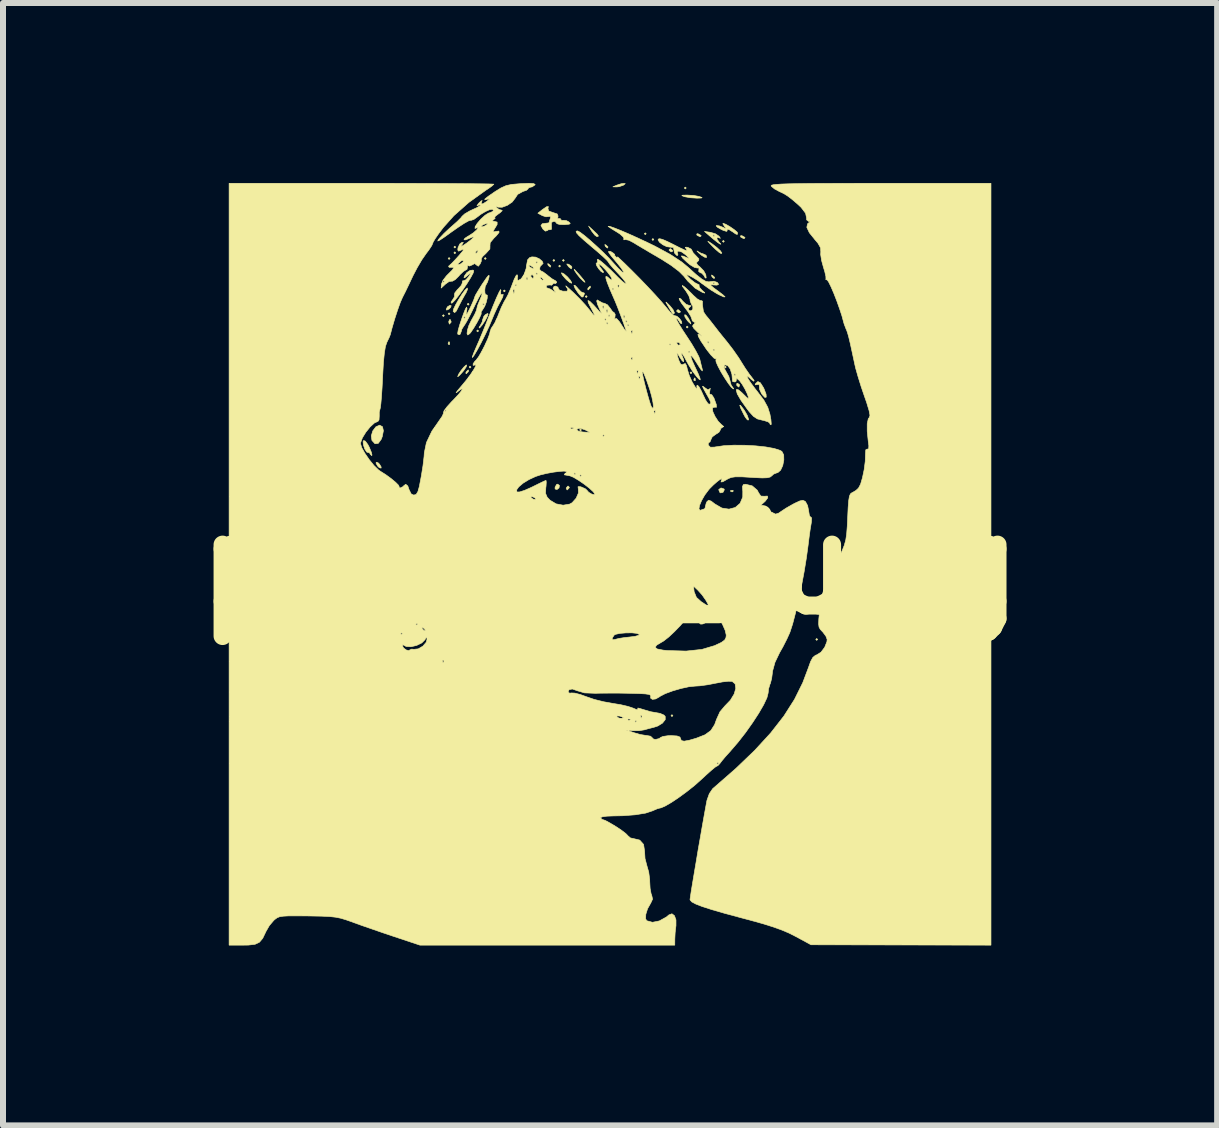
<source format=kicad_pcb>
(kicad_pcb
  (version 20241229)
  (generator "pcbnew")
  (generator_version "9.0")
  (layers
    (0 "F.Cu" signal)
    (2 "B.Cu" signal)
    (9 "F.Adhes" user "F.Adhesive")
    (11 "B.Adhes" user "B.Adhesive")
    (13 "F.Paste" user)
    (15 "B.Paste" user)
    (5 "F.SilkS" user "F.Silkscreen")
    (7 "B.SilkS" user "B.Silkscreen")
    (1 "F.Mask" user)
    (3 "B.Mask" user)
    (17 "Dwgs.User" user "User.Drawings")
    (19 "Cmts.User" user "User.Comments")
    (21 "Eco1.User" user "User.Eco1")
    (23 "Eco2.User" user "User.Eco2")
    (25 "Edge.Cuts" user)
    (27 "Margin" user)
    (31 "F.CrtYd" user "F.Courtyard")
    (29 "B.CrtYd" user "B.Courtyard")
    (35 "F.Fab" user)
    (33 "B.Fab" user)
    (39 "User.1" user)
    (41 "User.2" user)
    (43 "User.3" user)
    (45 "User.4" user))
  (footprint "pascal_fung"
    (layer "F.Cu")
    (at 7.119 6.355)
    (property "Reference" "pascal_fung" (at 0 0 0) (layer "F.SilkS") (effects (font (size 1.524 1.524) (thickness 0.3))))
    (attr through_hole)
    (fp_poly (pts (xy -2.762 -4.143) (xy -2.778 -4.128) (xy -2.794 -4.143) (xy -2.778 -4.159) (xy -2.762 -4.143)) (stroke (width 0.01) (type solid)) (fill yes) (layer "F.SilkS"))
    (fp_poly (pts (xy -2.667 -5.096) (xy -2.683 -5.08) (xy -2.699 -5.096) (xy -2.683 -5.112) (xy -2.667 -5.096)) (stroke (width 0.01) (type solid)) (fill yes) (layer "F.SilkS"))
    (fp_poly (pts (xy -2.667 -4.175) (xy -2.683 -4.159) (xy -2.699 -4.175) (xy -2.683 -4.191) (xy -2.667 -4.175)) (stroke (width 0.01) (type solid)) (fill yes) (layer "F.SilkS"))
    (fp_poly (pts (xy -2.572 -5.286) (xy -2.588 -5.271) (xy -2.603 -5.286) (xy -2.588 -5.302) (xy -2.572 -5.286)) (stroke (width 0.01) (type solid)) (fill yes) (layer "F.SilkS"))
    (fp_poly (pts (xy -2.572 -5.191) (xy -2.588 -5.175) (xy -2.603 -5.191) (xy -2.588 -5.207) (xy -2.572 -5.191)) (stroke (width 0.01) (type solid)) (fill yes) (layer "F.SilkS"))
    (fp_poly (pts (xy -2.349 -4.334) (xy -2.365 -4.318) (xy -2.381 -4.334) (xy -2.365 -4.35) (xy -2.349 -4.334)) (stroke (width 0.01) (type solid)) (fill yes) (layer "F.SilkS"))
    (fp_poly (pts (xy -2.318 -3.286) (xy -2.334 -3.27) (xy -2.349 -3.286) (xy -2.334 -3.302) (xy -2.318 -3.286)) (stroke (width 0.01) (type solid)) (fill yes) (layer "F.SilkS"))
    (fp_poly (pts (xy -2.191 -3.889) (xy -2.207 -3.873) (xy -2.223 -3.889) (xy -2.207 -3.905) (xy -2.191 -3.889)) (stroke (width 0.01) (type solid)) (fill yes) (layer "F.SilkS"))
    (fp_poly (pts (xy -2.064 -5.096) (xy -2.08 -5.08) (xy -2.095 -5.096) (xy -2.08 -5.112) (xy -2.064 -5.096)) (stroke (width 0.01) (type solid)) (fill yes) (layer "F.SilkS"))
    (fp_poly (pts (xy -1.746 -4.556) (xy -1.762 -4.54) (xy -1.778 -4.556) (xy -1.762 -4.572) (xy -1.746 -4.556)) (stroke (width 0.01) (type solid)) (fill yes) (layer "F.SilkS"))
    (fp_poly (pts (xy -0.921 -5.064) (xy -0.937 -5.048) (xy -0.953 -5.064) (xy -0.937 -5.08) (xy -0.921 -5.064)) (stroke (width 0.01) (type solid)) (fill yes) (layer "F.SilkS"))
    (fp_poly (pts (xy -0.826 -4.969) (xy -0.841 -4.953) (xy -0.857 -4.969) (xy -0.841 -4.985) (xy -0.826 -4.969)) (stroke (width 0.01) (type solid)) (fill yes) (layer "F.SilkS"))
    (fp_poly (pts (xy -0.762 -5.064) (xy -0.778 -5.048) (xy -0.794 -5.064) (xy -0.778 -5.08) (xy -0.762 -5.064)) (stroke (width 0.01) (type solid)) (fill yes) (layer "F.SilkS"))
    (fp_poly (pts (xy -0.476 -2.238) (xy -0.492 -2.223) (xy -0.508 -2.238) (xy -0.492 -2.254) (xy -0.476 -2.238)) (stroke (width 0.01) (type solid)) (fill yes) (layer "F.SilkS"))
    (fp_poly (pts (xy -0.381 -4.461) (xy -0.397 -4.445) (xy -0.413 -4.461) (xy -0.397 -4.477) (xy -0.381 -4.461)) (stroke (width 0.01) (type solid)) (fill yes) (layer "F.SilkS"))
    (fp_poly (pts (xy 0.603 -5.509) (xy 0.587 -5.493) (xy 0.572 -5.509) (xy 0.587 -5.524) (xy 0.603 -5.509)) (stroke (width 0.01) (type solid)) (fill yes) (layer "F.SilkS"))
    (fp_poly (pts (xy 0.73 -5.413) (xy 0.714 -5.397) (xy 0.699 -5.413) (xy 0.714 -5.429) (xy 0.73 -5.413)) (stroke (width 0.01) (type solid)) (fill yes) (layer "F.SilkS"))
    (fp_poly (pts (xy 1.048 2.524) (xy 1.032 2.54) (xy 1.016 2.524) (xy 1.032 2.508) (xy 1.048 2.524)) (stroke (width 0.01) (type solid)) (fill yes) (layer "F.SilkS"))
    (fp_poly (pts (xy 1.27 -6.271) (xy 1.254 -6.255) (xy 1.238 -6.271) (xy 1.254 -6.287) (xy 1.27 -6.271)) (stroke (width 0.01) (type solid)) (fill yes) (layer "F.SilkS"))
    (fp_poly (pts (xy 1.302 -3.953) (xy 1.286 -3.937) (xy 1.27 -3.953) (xy 1.286 -3.969) (xy 1.302 -3.953)) (stroke (width 0.01) (type solid)) (fill yes) (layer "F.SilkS"))
    (fp_poly (pts (xy 1.365 -3.191) (xy 1.349 -3.175) (xy 1.333 -3.191) (xy 1.349 -3.207) (xy 1.365 -3.191)) (stroke (width 0.01) (type solid)) (fill yes) (layer "F.SilkS"))
    (fp_poly (pts (xy 1.905 -5.382) (xy 1.889 -5.366) (xy 1.873 -5.382) (xy 1.889 -5.397) (xy 1.905 -5.382)) (stroke (width 0.01) (type solid)) (fill yes) (layer "F.SilkS"))
    (fp_poly (pts (xy 1.937 -3.286) (xy 1.921 -3.27) (xy 1.905 -3.286) (xy 1.921 -3.302) (xy 1.937 -3.286)) (stroke (width 0.01) (type solid)) (fill yes) (layer "F.SilkS"))
    (fp_poly (pts (xy 3.461 1.254) (xy 3.445 1.27) (xy 3.429 1.254) (xy 3.445 1.238) (xy 3.461 1.254)) (stroke (width 0.01) (type solid)) (fill yes) (layer "F.SilkS"))
    (fp_poly (pts (xy -2.678 -3.704) (xy -2.674 -3.666) (xy -2.678 -3.662) (xy -2.696 -3.666) (xy -2.699 -3.683) (xy -2.687 -3.709) (xy -2.678 -3.704)) (stroke (width 0.01) (type solid)) (fill yes) (layer "F.SilkS"))
    (fp_poly (pts (xy 1.418 -3.101) (xy 1.422 -3.063) (xy 1.418 -3.059) (xy 1.399 -3.063) (xy 1.397 -3.08) (xy 1.409 -3.106) (xy 1.418 -3.101)) (stroke (width 0.01) (type solid)) (fill yes) (layer "F.SilkS"))
    (fp_poly (pts (xy 2.053 -1.228) (xy 2.049 -1.209) (xy 2.032 -1.206) (xy 2.006 -1.218) (xy 2.011 -1.228) (xy 2.049 -1.231) (xy 2.053 -1.228)) (stroke (width 0.01) (type solid)) (fill yes) (layer "F.SilkS"))
    (fp_poly (pts (xy -2.661 -4.076) (xy -2.648 -4.039) (xy -2.652 -4.03) (xy -2.679 -4.002) (xy -2.688 -4.035) (xy -2.688 -4.047) (xy -2.674 -4.079) (xy -2.661 -4.076)) (stroke (width 0.01) (type solid)) (fill yes) (layer "F.SilkS"))
    (fp_poly (pts (xy -2.648 -4.31) (xy -2.657 -4.281) (xy -2.682 -4.255) (xy -2.722 -4.235) (xy -2.731 -4.249) (xy -2.711 -4.29) (xy -2.671 -4.315) (xy -2.648 -4.31)) (stroke (width 0.01) (type solid)) (fill yes) (layer "F.SilkS"))
    (fp_poly (pts (xy -1.021 -5.004) (xy -0.987 -4.972) (xy -0.994 -4.953) (xy -0.998 -4.953) (xy -1.025 -4.976) (xy -1.035 -4.99) (xy -1.039 -5.011) (xy -1.021 -5.004)) (stroke (width 0.01) (type solid)) (fill yes) (layer "F.SilkS"))
    (fp_poly (pts (xy -0.844 -1.313) (xy -0.85 -1.272) (xy -0.884 -1.245) (xy -0.916 -1.254) (xy -0.916 -1.284) (xy -0.891 -1.329) (xy -0.873 -1.335) (xy -0.844 -1.313)) (stroke (width 0.01) (type solid)) (fill yes) (layer "F.SilkS"))
    (fp_poly (pts (xy -0.068 -5.321) (xy -0.034 -5.289) (xy -0.041 -5.271) (xy -0.046 -5.271) (xy -0.073 -5.293) (xy -0.082 -5.307) (xy -0.086 -5.329) (xy -0.068 -5.321)) (stroke (width 0.01) (type solid)) (fill yes) (layer "F.SilkS"))
    (fp_poly (pts (xy 1.475 -5.505) (xy 1.519 -5.479) (xy 1.512 -5.463) (xy 1.494 -5.461) (xy 1.451 -5.484) (xy 1.445 -5.492) (xy 1.45 -5.51) (xy 1.475 -5.505)) (stroke (width 0.01) (type solid)) (fill yes) (layer "F.SilkS"))
    (fp_poly (pts (xy 1.71 -4.813) (xy 1.744 -4.781) (xy 1.737 -4.763) (xy 1.732 -4.763) (xy 1.705 -4.785) (xy 1.696 -4.799) (xy 1.692 -4.821) (xy 1.71 -4.813)) (stroke (width 0.01) (type solid)) (fill yes) (layer "F.SilkS"))
    (fp_poly (pts (xy 2.205 -5.473) (xy 2.25 -5.447) (xy 2.242 -5.431) (xy 2.224 -5.429) (xy 2.181 -5.452) (xy 2.175 -5.461) (xy 2.18 -5.479) (xy 2.205 -5.473)) (stroke (width 0.01) (type solid)) (fill yes) (layer "F.SilkS"))
    (fp_poly (pts (xy -3.869 -1.693) (xy -3.842 -1.667) (xy -3.815 -1.62) (xy -3.817 -1.602) (xy -3.847 -1.609) (xy -3.873 -1.635) (xy -3.9 -1.682) (xy -3.898 -1.7) (xy -3.869 -1.693)) (stroke (width 0.01) (type solid)) (fill yes) (layer "F.SilkS"))
    (fp_poly (pts (xy -2.359 -3.218) (xy -2.365 -3.207) (xy -2.395 -3.176) (xy -2.401 -3.175) (xy -2.403 -3.196) (xy -2.397 -3.207) (xy -2.367 -3.237) (xy -2.362 -3.239) (xy -2.359 -3.218)) (stroke (width 0.01) (type solid)) (fill yes) (layer "F.SilkS"))
    (fp_poly (pts (xy -0.697 -5.002) (xy -0.687 -4.998) (xy -0.642 -4.967) (xy -0.635 -4.95) (xy -0.646 -4.923) (xy -0.682 -4.95) (xy -0.699 -4.97) (xy -0.722 -5.004) (xy -0.697 -5.002)) (stroke (width 0.01) (type solid)) (fill yes) (layer "F.SilkS"))
    (fp_poly (pts (xy -0.678 -1.282) (xy -0.683 -1.27) (xy -0.711 -1.24) (xy -0.716 -1.238) (xy -0.73 -1.263) (xy -0.73 -1.27) (xy -0.706 -1.301) (xy -0.697 -1.302) (xy -0.678 -1.282)) (stroke (width 0.01) (type solid)) (fill yes) (layer "F.SilkS"))
    (fp_poly (pts (xy -0.327 -4.615) (xy -0.333 -4.604) (xy -0.363 -4.573) (xy -0.369 -4.572) (xy -0.371 -4.593) (xy -0.365 -4.604) (xy -0.335 -4.634) (xy -0.33 -4.636) (xy -0.327 -4.615)) (stroke (width 0.01) (type solid)) (fill yes) (layer "F.SilkS"))
    (fp_poly (pts (xy 1.016 -5.255) (xy 1.046 -5.226) (xy 1.048 -5.221) (xy 1.023 -5.207) (xy 1.016 -5.207) (xy 0.985 -5.231) (xy 0.984 -5.241) (xy 1.004 -5.26) (xy 1.016 -5.255)) (stroke (width 0.01) (type solid)) (fill yes) (layer "F.SilkS"))
    (fp_poly (pts (xy 1.143 -4.239) (xy 1.173 -4.21) (xy 1.175 -4.205) (xy 1.15 -4.191) (xy 1.143 -4.191) (xy 1.112 -4.215) (xy 1.111 -4.225) (xy 1.131 -4.244) (xy 1.143 -4.239)) (stroke (width 0.01) (type solid)) (fill yes) (layer "F.SilkS"))
    (fp_poly (pts (xy 1.9 -1.254) (xy 1.905 -1.24) (xy 1.884 -1.199) (xy 1.843 -1.189) (xy 1.83 -1.197) (xy 1.811 -1.243) (xy 1.845 -1.269) (xy 1.857 -1.27) (xy 1.9 -1.254)) (stroke (width 0.01) (type solid)) (fill yes) (layer "F.SilkS"))
    (fp_poly (pts (xy 2.158 -2.993) (xy 2.159 -2.985) (xy 2.148 -2.954) (xy 2.145 -2.953) (xy 2.118 -2.975) (xy 2.111 -2.985) (xy 2.114 -3.014) (xy 2.125 -3.016) (xy 2.158 -2.993)) (stroke (width 0.01) (type solid)) (fill yes) (layer "F.SilkS"))
    (fp_poly (pts (xy -0.274 -5.559) (xy -0.212 -5.499) (xy -0.193 -5.47) (xy -0.212 -5.461) (xy -0.219 -5.461) (xy -0.253 -5.485) (xy -0.3 -5.544) (xy -0.303 -5.548) (xy -0.358 -5.636) (xy -0.274 -5.559)) (stroke (width 0.01) (type solid)) (fill yes) (layer "F.SilkS"))
    (fp_poly (pts (xy 0.254 -6.344) (xy 0.23 -6.323) (xy 0.222 -6.318) (xy 0.15 -6.293) (xy 0.111 -6.289) (xy 0.048 -6.291) (xy 0.111 -6.318) (xy 0.185 -6.342) (xy 0.222 -6.347) (xy 0.254 -6.344)) (stroke (width 0.01) (type solid)) (fill yes) (layer "F.SilkS"))
    (fp_poly (pts (xy 1.264 -4.155) (xy 1.3 -4.109) (xy 1.308 -4.095) (xy 1.346 -4.024) (xy 1.347 -4.005) (xy 1.312 -4.036) (xy 1.288 -4.062) (xy 1.249 -4.12) (xy 1.243 -4.157) (xy 1.264 -4.155)) (stroke (width 0.01) (type solid)) (fill yes) (layer "F.SilkS"))
    (fp_poly (pts (xy -2.398 -3.289) (xy -2.438 -3.229) (xy -2.457 -3.206) (xy -2.508 -3.149) (xy -2.537 -3.126) (xy -2.54 -3.128) (xy -2.523 -3.169) (xy -2.484 -3.228) (xy -2.438 -3.285) (xy -2.401 -3.319) (xy -2.39 -3.321) (xy -2.398 -3.289)) (stroke (width 0.01) (type solid)) (fill yes) (layer "F.SilkS"))
    (fp_poly (pts (xy -0.765 -4.838) (xy -0.712 -4.792) (xy -0.664 -4.737) (xy -0.639 -4.695) (xy -0.64 -4.684) (xy -0.669 -4.694) (xy -0.724 -4.74) (xy -0.746 -4.763) (xy -0.795 -4.821) (xy -0.811 -4.854) (xy -0.805 -4.858) (xy -0.765 -4.838)) (stroke (width 0.01) (type solid)) (fill yes) (layer "F.SilkS"))
    (fp_poly (pts (xy 0.975 -4.331) (xy 0.997 -4.309) (xy 1.05 -4.244) (xy 1.073 -4.192) (xy 1.072 -4.184) (xy 1.052 -4.169) (xy 1.032 -4.193) (xy 0.996 -4.254) (xy 0.958 -4.318) (xy 0.931 -4.366) (xy 0.935 -4.37) (xy 0.975 -4.331)) (stroke (width 0.01) (type solid)) (fill yes) (layer "F.SilkS"))
    (fp_poly (pts (xy 1.461 -5.215) (xy 1.52 -5.182) (xy 1.548 -5.175) (xy 1.597 -5.152) (xy 1.603 -5.144) (xy 1.61 -5.114) (xy 1.579 -5.117) (xy 1.527 -5.148) (xy 1.485 -5.183) (xy 1.449 -5.22) (xy 1.454 -5.221) (xy 1.461 -5.215)) (stroke (width 0.01) (type solid)) (fill yes) (layer "F.SilkS"))
    (fp_poly (pts (xy 1.651 -5.373) (xy 1.701 -5.34) (xy 1.779 -5.281) (xy 1.837 -5.227) (xy 1.864 -5.188) (xy 1.853 -5.177) (xy 1.817 -5.199) (xy 1.754 -5.253) (xy 1.714 -5.292) (xy 1.651 -5.358) (xy 1.63 -5.384) (xy 1.651 -5.373)) (stroke (width 0.01) (type solid)) (fill yes) (layer "F.SilkS"))
    (fp_poly (pts (xy 2.175 -2.648) (xy 2.219 -2.592) (xy 2.241 -2.562) (xy 2.287 -2.482) (xy 2.309 -2.419) (xy 2.309 -2.404) (xy 2.289 -2.406) (xy 2.252 -2.454) (xy 2.228 -2.499) (xy 2.179 -2.599) (xy 2.162 -2.65) (xy 2.175 -2.648)) (stroke (width 0.01) (type solid)) (fill yes) (layer "F.SilkS"))
    (fp_poly (pts (xy -0.593 -4.914) (xy -0.56 -4.879) (xy -0.494 -4.805) (xy -0.478 -4.786) (xy -0.433 -4.73) (xy -0.416 -4.7) (xy -0.418 -4.699) (xy -0.448 -4.72) (xy -0.498 -4.77) (xy -0.553 -4.838) (xy -0.587 -4.889) (xy -0.599 -4.915) (xy -0.593 -4.914)) (stroke (width 0.01) (type solid)) (fill yes) (layer "F.SilkS"))
    (fp_poly (pts (xy -3.793 -2.292) (xy -3.778 -2.225) (xy -3.797 -2.127) (xy -3.815 -2.081) (xy -3.864 -2.014) (xy -3.918 -2.008) (xy -3.969 -2.063) (xy -3.969 -2.063) (xy -3.98 -2.139) (xy -3.955 -2.222) (xy -3.904 -2.29) (xy -3.841 -2.318) (xy -3.841 -2.318) (xy -3.793 -2.292)) (stroke (width 0.01) (type solid)) (fill yes) (layer "F.SilkS"))
    (fp_poly (pts (xy -2.032 -4.171) (xy -2.048 -4.125) (xy -2.085 -4.057) (xy -2.13 -3.989) (xy -2.169 -3.944) (xy -2.181 -3.937) (xy -2.182 -3.955) (xy -2.165 -3.975) (xy -2.131 -4.039) (xy -2.127 -4.066) (xy -2.104 -4.131) (xy -2.08 -4.159) (xy -2.041 -4.18) (xy -2.032 -4.171)) (stroke (width 0.01) (type solid)) (fill yes) (layer "F.SilkS"))
    (fp_poly (pts (xy 1.391 -6.147) (xy 1.482 -6.131) (xy 1.492 -6.128) (xy 1.534 -6.112) (xy 1.523 -6.104) (xy 1.455 -6.102) (xy 1.445 -6.102) (xy 1.34 -6.109) (xy 1.249 -6.125) (xy 1.238 -6.128) (xy 1.197 -6.144) (xy 1.208 -6.151) (xy 1.276 -6.153) (xy 1.286 -6.153) (xy 1.391 -6.147)) (stroke (width 0.01) (type solid)) (fill yes) (layer "F.SilkS"))
    (fp_poly (pts (xy -4.08 -2.052) (xy -4.038 -1.996) (xy -4.013 -1.949) (xy -3.98 -1.869) (xy -3.968 -1.819) (xy -3.973 -1.81) (xy -3.999 -1.834) (xy -4 -1.843) (xy -4.019 -1.864) (xy -4.029 -1.86) (xy -4.058 -1.871) (xy -4.089 -1.921) (xy -4.111 -1.987) (xy -4.117 -2.043) (xy -4.108 -2.062) (xy -4.08 -2.052)) (stroke (width 0.01) (type solid)) (fill yes) (layer "F.SilkS"))
    (fp_poly (pts (xy -0.546 -4.609) (xy -0.536 -4.596) (xy -0.485 -4.542) (xy -0.446 -4.524) (xy -0.442 -4.526) (xy -0.427 -4.518) (xy -0.432 -4.494) (xy -0.451 -4.455) (xy -0.473 -4.455) (xy -0.514 -4.499) (xy -0.537 -4.529) (xy -0.582 -4.596) (xy -0.602 -4.646) (xy -0.602 -4.648) (xy -0.586 -4.65) (xy -0.546 -4.609)) (stroke (width 0.01) (type solid)) (fill yes) (layer "F.SilkS"))
    (fp_poly (pts (xy 2.506 -3.024) (xy 2.557 -2.944) (xy 2.568 -2.921) (xy 2.601 -2.834) (xy 2.604 -2.785) (xy 2.581 -2.78) (xy 2.536 -2.828) (xy 2.525 -2.844) (xy 2.492 -2.916) (xy 2.488 -2.97) (xy 2.485 -2.999) (xy 2.454 -2.993) (xy 2.419 -2.99) (xy 2.426 -3.011) (xy 2.464 -3.045) (xy 2.506 -3.024)) (stroke (width 0.01) (type solid)) (fill yes) (layer "F.SilkS"))
    (fp_poly (pts (xy -2.376 -4.58) (xy -2.401 -4.522) (xy -2.414 -4.501) (xy -2.472 -4.398) (xy -2.524 -4.296) (xy -2.525 -4.294) (xy -2.564 -4.218) (xy -2.59 -4.194) (xy -2.613 -4.212) (xy -2.615 -4.216) (xy -2.608 -4.254) (xy -2.573 -4.326) (xy -2.523 -4.414) (xy -2.468 -4.501) (xy -2.417 -4.57) (xy -2.383 -4.603) (xy -2.379 -4.604) (xy -2.376 -4.58)) (stroke (width 0.01) (type solid)) (fill yes) (layer "F.SilkS"))
    (fp_poly (pts (xy 1.675 -5.532) (xy 1.759 -5.507) (xy 1.817 -5.467) (xy 1.84 -5.433) (xy 1.82 -5.439) (xy 1.818 -5.441) (xy 1.783 -5.448) (xy 1.783 -5.418) (xy 1.816 -5.372) (xy 1.847 -5.336) (xy 1.837 -5.335) (xy 1.795 -5.362) (xy 1.729 -5.414) (xy 1.697 -5.441) (xy 1.655 -5.477) (xy 1.714 -5.477) (xy 1.73 -5.461) (xy 1.746 -5.477) (xy 1.73 -5.493) (xy 1.714 -5.477) (xy 1.655 -5.477) (xy 1.574 -5.547) (xy 1.675 -5.532)) (stroke (width 0.01) (type solid)) (fill yes) (layer "F.SilkS"))
    (fp_poly (pts (xy 1.928 -5.667) (xy 1.996 -5.628) (xy 2.066 -5.58) (xy 2.116 -5.539) (xy 2.127 -5.521) (xy 2.121 -5.496) (xy 2.093 -5.506) (xy 2.046 -5.539) (xy 1.984 -5.578) (xy 1.949 -5.584) (xy 1.952 -5.557) (xy 1.953 -5.556) (xy 1.941 -5.548) (xy 1.887 -5.565) (xy 1.857 -5.579) (xy 1.793 -5.615) (xy 1.769 -5.64) (xy 1.774 -5.645) (xy 1.824 -5.639) (xy 1.879 -5.617) (xy 1.929 -5.593) (xy 1.93 -5.604) (xy 1.909 -5.63) (xy 1.882 -5.672) (xy 1.883 -5.683) (xy 1.928 -5.667)) (stroke (width 0.01) (type solid)) (fill yes) (layer "F.SilkS"))
    (fp_poly (pts (xy -1.819 -4.563) (xy -1.822 -4.548) (xy -1.822 -4.5) (xy -1.807 -4.494) (xy -1.78 -4.497) (xy -1.789 -4.454) (xy -1.831 -4.372) (xy -1.835 -4.366) (xy -1.878 -4.284) (xy -1.93 -4.171) (xy -1.968 -4.08) (xy -2.017 -3.963) (xy -2.08 -3.83) (xy -2.147 -3.695) (xy -2.211 -3.575) (xy -2.264 -3.485) (xy -2.293 -3.445) (xy -2.296 -3.454) (xy -2.277 -3.51) (xy -2.239 -3.599) (xy -2.237 -3.604) (xy -2.187 -3.718) (xy -2.124 -3.868) (xy -2.059 -4.029) (xy -2.027 -4.112) (xy -1.951 -4.302) (xy -1.891 -4.445) (xy -1.848 -4.538) (xy -1.824 -4.579) (xy -1.819 -4.563)) (stroke (width 0.01) (type solid)) (fill yes) (layer "F.SilkS"))
    (fp_poly (pts (xy -2.272 -4.892) (xy -2.281 -4.855) (xy -2.32 -4.782) (xy -2.379 -4.686) (xy -2.449 -4.582) (xy -2.52 -4.483) (xy -2.583 -4.403) (xy -2.629 -4.356) (xy -2.642 -4.35) (xy -2.651 -4.369) (xy -2.624 -4.408) (xy -2.592 -4.46) (xy -2.594 -4.488) (xy -2.588 -4.522) (xy -2.545 -4.577) (xy -2.53 -4.591) (xy -2.478 -4.65) (xy -2.46 -4.696) (xy -2.462 -4.702) (xy -2.458 -4.724) (xy -2.445 -4.724) (xy -2.403 -4.741) (xy -2.356 -4.794) (xy -2.304 -4.874) (xy -2.376 -4.812) (xy -2.424 -4.774) (xy -2.435 -4.778) (xy -2.427 -4.805) (xy -2.388 -4.86) (xy -2.333 -4.897) (xy -2.285 -4.903) (xy -2.272 -4.892)) (stroke (width 0.01) (type solid)) (fill yes) (layer "F.SilkS"))
    (fp_poly (pts (xy -1.035 -5.926) (xy -1.021 -5.887) (xy -0.951 -5.862) (xy -0.881 -5.839) (xy -0.866 -5.803) (xy -0.869 -5.793) (xy -0.872 -5.76) (xy -0.857 -5.763) (xy -0.828 -5.761) (xy -0.826 -5.75) (xy -0.803 -5.729) (xy -0.785 -5.733) (xy -0.729 -5.728) (xy -0.69 -5.708) (xy -0.663 -5.682) (xy -0.68 -5.668) (xy -0.751 -5.661) (xy -0.762 -5.66) (xy -0.841 -5.663) (xy -0.886 -5.677) (xy -0.889 -5.684) (xy -0.915 -5.711) (xy -0.94 -5.715) (xy -0.977 -5.697) (xy -0.977 -5.637) (xy -0.975 -5.584) (xy -0.992 -5.577) (xy -1.034 -5.573) (xy -1.045 -5.561) (xy -1.079 -5.552) (xy -1.118 -5.586) (xy -1.152 -5.645) (xy -1.129 -5.676) (xy -1.074 -5.683) (xy -1.025 -5.689) (xy -1.016 -5.697) (xy -1.006 -5.734) (xy -0.995 -5.765) (xy -0.988 -5.803) (xy -1.014 -5.796) (xy -1.069 -5.791) (xy -1.129 -5.811) (xy -1.203 -5.851) (xy -1.129 -5.91) (xy -1.058 -5.959) (xy -1.028 -5.962) (xy -1.035 -5.926)) (stroke (width 0.01) (type solid)) (fill yes) (layer "F.SilkS"))
    (fp_poly (pts (xy 0.875 -5.414) (xy 0.954 -5.38) (xy 1.075 -5.32) (xy 1.159 -5.277) (xy 1.247 -5.236) (xy 1.284 -5.229) (xy 1.276 -5.246) (xy 1.253 -5.283) (xy 1.28 -5.285) (xy 1.3 -5.28) (xy 1.352 -5.253) (xy 1.365 -5.231) (xy 1.387 -5.189) (xy 1.436 -5.138) (xy 1.481 -5.09) (xy 1.477 -5.061) (xy 1.461 -5.048) (xy 1.439 -5.022) (xy 1.462 -4.985) (xy 1.498 -4.956) (xy 1.561 -4.891) (xy 1.596 -4.827) (xy 1.603 -4.772) (xy 1.588 -4.77) (xy 1.567 -4.81) (xy 1.528 -4.852) (xy 1.506 -4.858) (xy 1.477 -4.88) (xy 1.481 -4.906) (xy 1.481 -4.94) (xy 1.455 -4.937) (xy 1.408 -4.947) (xy 1.335 -4.991) (xy 1.285 -5.032) (xy 1.21 -5.103) (xy 1.188 -5.138) (xy 1.217 -5.137) (xy 1.28 -5.11) (xy 1.315 -5.096) (xy 1.305 -5.114) (xy 1.26 -5.158) (xy 1.196 -5.204) (xy 1.144 -5.22) (xy 1.119 -5.206) (xy 1.131 -5.169) (xy 1.128 -5.147) (xy 1.108 -5.15) (xy 1.073 -5.19) (xy 1.067 -5.231) (xy 1.056 -5.28) (xy 1.004 -5.285) (xy 0.946 -5.293) (xy 0.88 -5.325) (xy 0.825 -5.367) (xy 0.8 -5.406) (xy 0.805 -5.42) (xy 0.828 -5.426) (xy 0.875 -5.414)) (stroke (width 0.01) (type solid)) (fill yes) (layer "F.SilkS"))
    (fp_poly (pts (xy -0.005 -5.632) (xy 0.069 -5.606) (xy 0.18 -5.562) (xy 0.318 -5.503) (xy 0.473 -5.433) (xy 0.635 -5.357) (xy 0.746 -5.303) (xy 1 -5.166) (xy 1.196 -5.037) (xy 1.302 -4.949) (xy 1.432 -4.831) (xy 1.529 -4.754) (xy 1.598 -4.714) (xy 1.65 -4.706) (xy 1.667 -4.71) (xy 1.731 -4.717) (xy 1.788 -4.697) (xy 1.81 -4.666) (xy 1.783 -4.652) (xy 1.722 -4.655) (xy 1.682 -4.659) (xy 1.682 -4.645) (xy 1.728 -4.606) (xy 1.794 -4.558) (xy 1.882 -4.491) (xy 1.917 -4.457) (xy 1.898 -4.455) (xy 1.826 -4.487) (xy 1.78 -4.511) (xy 1.682 -4.571) (xy 1.579 -4.644) (xy 1.562 -4.657) (xy 1.526 -4.683) (xy 1.714 -4.683) (xy 1.73 -4.667) (xy 1.746 -4.683) (xy 1.73 -4.699) (xy 1.714 -4.683) (xy 1.526 -4.683) (xy 1.47 -4.725) (xy 1.377 -4.782) (xy 1.305 -4.819) (xy 1.278 -4.826) (xy 1.287 -4.807) (xy 1.331 -4.761) (xy 1.346 -4.747) (xy 1.412 -4.694) (xy 1.462 -4.668) (xy 1.467 -4.667) (xy 1.488 -4.655) (xy 1.483 -4.647) (xy 1.49 -4.616) (xy 1.533 -4.568) (xy 1.579 -4.527) (xy 1.577 -4.519) (xy 1.538 -4.532) (xy 1.419 -4.601) (xy 1.294 -4.721) (xy 1.23 -4.801) (xy 1.15 -4.881) (xy 1.02 -4.98) (xy 0.849 -5.089) (xy 0.817 -5.107) (xy 0.677 -5.189) (xy 0.547 -5.266) (xy 0.443 -5.328) (xy 0.386 -5.363) (xy 0.311 -5.401) (xy 0.255 -5.412) (xy 0.246 -5.409) (xy 0.227 -5.408) (xy 0.233 -5.421) (xy 0.22 -5.455) (xy 0.164 -5.505) (xy 0.111 -5.539) (xy 0.031 -5.588) (xy -0.021 -5.623) (xy -0.032 -5.633) (xy -0.005 -5.632)) (stroke (width 0.01) (type solid)) (fill yes) (layer "F.SilkS"))
    (fp_poly (pts (xy -2.014 -4.81) (xy -2.019 -4.778) (xy -2.041 -4.706) (xy -2.062 -4.667) (xy -2.081 -4.629) (xy -2.088 -4.57) (xy -2.085 -4.516) (xy -2.07 -4.491) (xy -2.064 -4.492) (xy -2.046 -4.484) (xy -2.047 -4.436) (xy -2.063 -4.367) (xy -2.09 -4.297) (xy -2.121 -4.247) (xy -2.15 -4.204) (xy -2.147 -4.191) (xy -2.149 -4.167) (xy -2.176 -4.106) (xy -2.219 -4.026) (xy -2.269 -3.942) (xy -2.316 -3.871) (xy -2.339 -3.843) (xy -2.372 -3.821) (xy -2.384 -3.846) (xy -2.377 -3.903) (xy -2.353 -3.98) (xy -2.313 -4.063) (xy -2.303 -4.08) (xy -2.256 -4.165) (xy -2.227 -4.232) (xy -2.223 -4.25) (xy -2.21 -4.305) (xy -2.199 -4.334) (xy -2.127 -4.334) (xy -2.111 -4.318) (xy -2.095 -4.334) (xy -2.111 -4.35) (xy -2.127 -4.334) (xy -2.199 -4.334) (xy -2.178 -4.386) (xy -2.171 -4.402) (xy -2.141 -4.475) (xy -2.132 -4.521) (xy -2.134 -4.526) (xy -2.153 -4.506) (xy -2.191 -4.44) (xy -2.242 -4.34) (xy -2.271 -4.279) (xy -2.331 -4.157) (xy -2.384 -4.055) (xy -2.424 -3.988) (xy -2.435 -3.974) (xy -2.471 -3.916) (xy -2.477 -3.889) (xy -2.497 -3.836) (xy -2.508 -3.826) (xy -2.536 -3.832) (xy -2.54 -3.85) (xy -2.531 -3.902) (xy -2.507 -3.987) (xy -2.474 -4.086) (xy -2.465 -4.112) (xy -2.445 -4.112) (xy -2.429 -4.096) (xy -2.413 -4.112) (xy -2.429 -4.128) (xy -2.445 -4.112) (xy -2.465 -4.112) (xy -2.44 -4.181) (xy -2.411 -4.254) (xy -2.391 -4.286) (xy -2.391 -4.286) (xy -2.384 -4.261) (xy -2.39 -4.223) (xy -2.399 -4.172) (xy -2.395 -4.159) (xy -2.377 -4.185) (xy -2.344 -4.248) (xy -2.306 -4.328) (xy -2.273 -4.404) (xy -2.255 -4.454) (xy -2.254 -4.46) (xy -2.238 -4.494) (xy -2.195 -4.566) (xy -2.135 -4.662) (xy -2.125 -4.677) (xy -2.061 -4.771) (xy -2.025 -4.815) (xy -2.014 -4.81)) (stroke (width 0.01) (type solid)) (fill yes) (layer "F.SilkS"))
    (fp_poly (pts (xy 1.237 -4.627) (xy 1.293 -4.577) (xy 1.369 -4.502) (xy 1.387 -4.483) (xy 1.453 -4.423) (xy 1.505 -4.394) (xy 1.52 -4.395) (xy 1.541 -4.385) (xy 1.541 -4.321) (xy 1.541 -4.321) (xy 1.557 -4.21) (xy 1.594 -4.153) (xy 1.655 -4.079) (xy 1.726 -3.988) (xy 1.741 -3.969) (xy 1.808 -3.882) (xy 1.894 -3.775) (xy 1.956 -3.699) (xy 2.049 -3.578) (xy 2.144 -3.442) (xy 2.192 -3.365) (xy 2.258 -3.26) (xy 2.322 -3.168) (xy 2.36 -3.119) (xy 2.402 -3.064) (xy 2.397 -3.049) (xy 2.352 -3.082) (xy 2.336 -3.098) (xy 2.291 -3.136) (xy 2.281 -3.132) (xy 2.301 -3.091) (xy 2.346 -3.022) (xy 2.413 -2.932) (xy 2.458 -2.875) (xy 2.564 -2.735) (xy 2.629 -2.616) (xy 2.665 -2.502) (xy 2.682 -2.408) (xy 2.687 -2.342) (xy 2.684 -2.324) (xy 2.668 -2.331) (xy 2.667 -2.344) (xy 2.639 -2.371) (xy 2.568 -2.395) (xy 2.538 -2.401) (xy 2.456 -2.422) (xy 2.391 -2.464) (xy 2.321 -2.541) (xy 2.288 -2.584) (xy 2.182 -2.733) (xy 2.121 -2.838) (xy 2.104 -2.901) (xy 2.11 -2.914) (xy 2.142 -2.906) (xy 2.195 -2.862) (xy 2.209 -2.848) (xy 2.265 -2.792) (xy 2.3 -2.763) (xy 2.304 -2.762) (xy 2.307 -2.786) (xy 2.285 -2.845) (xy 2.248 -2.922) (xy 2.203 -2.999) (xy 2.161 -3.056) (xy 2.153 -3.064) (xy 2.113 -3.098) (xy 2.106 -3.093) (xy 2.107 -3.091) (xy 2.101 -3.05) (xy 2.083 -3.038) (xy 2.046 -3.043) (xy 2.041 -3.058) (xy 2.032 -3.159) (xy 2.064 -3.159) (xy 2.08 -3.143) (xy 2.095 -3.159) (xy 2.08 -3.175) (xy 2.064 -3.159) (xy 2.032 -3.159) (xy 2.032 -3.165) (xy 2.003 -3.254) (xy 1.961 -3.312) (xy 1.915 -3.323) (xy 1.907 -3.319) (xy 1.897 -3.279) (xy 1.936 -3.208) (xy 1.98 -3.129) (xy 2 -3.06) (xy 2 -3.057) (xy 2.019 -2.986) (xy 2.038 -2.959) (xy 2.061 -2.927) (xy 2.056 -2.921) (xy 2.023 -2.947) (xy 1.972 -3.013) (xy 1.911 -3.105) (xy 1.85 -3.205) (xy 1.8 -3.299) (xy 1.768 -3.371) (xy 1.764 -3.403) (xy 1.772 -3.428) (xy 1.762 -3.422) (xy 1.734 -3.434) (xy 1.68 -3.489) (xy 1.615 -3.572) (xy 1.714 -3.572) (xy 1.73 -3.556) (xy 1.746 -3.572) (xy 1.73 -3.588) (xy 1.714 -3.572) (xy 1.615 -3.572) (xy 1.613 -3.575) (xy 1.599 -3.594) (xy 1.529 -3.699) (xy 1.619 -3.699) (xy 1.635 -3.683) (xy 1.651 -3.699) (xy 1.635 -3.715) (xy 1.619 -3.699) (xy 1.529 -3.699) (xy 1.516 -3.717) (xy 1.472 -3.797) (xy 1.465 -3.833) (xy 1.498 -3.821) (xy 1.518 -3.807) (xy 1.53 -3.8) (xy 1.502 -3.829) (xy 1.462 -3.866) (xy 1.397 -3.931) (xy 1.375 -3.97) (xy 1.392 -3.997) (xy 1.397 -4) (xy 1.423 -4.026) (xy 1.405 -4.032) (xy 1.37 -4.058) (xy 1.365 -4.082) (xy 1.346 -4.133) (xy 1.297 -4.212) (xy 1.25 -4.274) (xy 1.19 -4.353) (xy 1.156 -4.411) (xy 1.152 -4.433) (xy 1.18 -4.424) (xy 1.212 -4.385) (xy 1.269 -4.332) (xy 1.317 -4.315) (xy 1.352 -4.308) (xy 1.341 -4.297) (xy 1.305 -4.264) (xy 1.315 -4.231) (xy 1.347 -4.223) (xy 1.379 -4.246) (xy 1.38 -4.297) (xy 1.356 -4.338) (xy 1.336 -4.386) (xy 1.333 -4.416) (xy 1.314 -4.474) (xy 1.266 -4.552) (xy 1.247 -4.578) (xy 1.206 -4.632) (xy 1.205 -4.647) (xy 1.237 -4.627)) (stroke (width 0.01) (type solid)) (fill yes) (layer "F.SilkS"))
    (fp_poly (pts (xy 6.35 6.35) (xy 4.85 6.347) (xy 3.35 6.344) (xy 3.092 6.204) (xy 2.981 6.148) (xy 2.86 6.097) (xy 2.718 6.046) (xy 2.542 5.991) (xy 2.322 5.93) (xy 2.186 5.894) (xy 1.915 5.821) (xy 1.701 5.759) (xy 1.541 5.708) (xy 1.43 5.665) (xy 1.362 5.629) (xy 1.335 5.597) (xy 1.333 5.59) (xy 1.339 5.548) (xy 1.353 5.454) (xy 1.375 5.319) (xy 1.403 5.152) (xy 1.435 4.963) (xy 1.468 4.764) (xy 1.503 4.565) (xy 1.536 4.375) (xy 1.566 4.206) (xy 1.591 4.068) (xy 1.609 3.97) (xy 1.616 3.934) (xy 1.655 3.825) (xy 1.712 3.741) (xy 1.724 3.731) (xy 2.095 3.407) (xy 2.412 3.103) (xy 2.678 2.813) (xy 2.898 2.531) (xy 3.075 2.253) (xy 3.213 1.974) (xy 3.302 1.738) (xy 3.344 1.621) (xy 3.382 1.552) (xy 3.425 1.518) (xy 3.446 1.511) (xy 3.516 1.467) (xy 3.578 1.385) (xy 3.615 1.292) (xy 3.619 1.254) (xy 3.598 1.199) (xy 3.547 1.131) (xy 3.542 1.126) (xy 3.505 1.087) (xy 3.484 1.049) (xy 3.477 0.997) (xy 3.48 0.915) (xy 3.493 0.788) (xy 3.497 0.754) (xy 3.522 0.58) (xy 3.554 0.452) (xy 3.597 0.357) (xy 3.607 0.342) (xy 3.653 0.264) (xy 3.68 0.206) (xy 3.683 0.194) (xy 3.696 0.154) (xy 3.731 0.072) (xy 3.781 -0.039) (xy 3.813 -0.107) (xy 3.868 -0.223) (xy 3.905 -0.316) (xy 3.929 -0.402) (xy 3.944 -0.501) (xy 3.954 -0.629) (xy 3.961 -0.776) (xy 3.969 -0.944) (xy 3.978 -1.059) (xy 3.99 -1.132) (xy 4.007 -1.172) (xy 4.029 -1.19) (xy 4.033 -1.191) (xy 4.097 -1.228) (xy 4.141 -1.268) (xy 4.176 -1.333) (xy 4.208 -1.443) (xy 4.236 -1.576) (xy 4.254 -1.714) (xy 4.258 -1.836) (xy 4.263 -1.907) (xy 4.287 -1.92) (xy 4.291 -1.918) (xy 4.311 -1.922) (xy 4.314 -1.974) (xy 4.304 -2.051) (xy 4.287 -2.215) (xy 4.287 -2.343) (xy 4.305 -2.425) (xy 4.323 -2.448) (xy 4.333 -2.482) (xy 4.318 -2.561) (xy 4.279 -2.69) (xy 4.241 -2.799) (xy 4.186 -2.96) (xy 4.135 -3.124) (xy 4.094 -3.268) (xy 4.079 -3.334) (xy 4.036 -3.534) (xy 4.004 -3.681) (xy 3.979 -3.786) (xy 3.959 -3.857) (xy 3.942 -3.905) (xy 3.934 -3.921) (xy 3.902 -4.005) (xy 3.89 -4.048) (xy 3.865 -4.141) (xy 3.826 -4.259) (xy 3.78 -4.388) (xy 3.731 -4.514) (xy 3.684 -4.623) (xy 3.645 -4.702) (xy 3.621 -4.737) (xy 3.618 -4.738) (xy 3.595 -4.746) (xy 3.599 -4.755) (xy 3.598 -4.796) (xy 3.579 -4.878) (xy 3.556 -4.954) (xy 3.526 -5.064) (xy 3.511 -5.162) (xy 3.513 -5.207) (xy 3.509 -5.274) (xy 3.467 -5.349) (xy 3.417 -5.408) (xy 3.322 -5.526) (xy 3.28 -5.616) (xy 3.293 -5.675) (xy 3.307 -5.687) (xy 3.333 -5.709) (xy 3.308 -5.715) (xy 3.277 -5.74) (xy 3.276 -5.771) (xy 3.26 -5.849) (xy 3.186 -5.947) (xy 3.133 -5.997) (xy 3.031 -6.084) (xy 2.956 -6.141) (xy 2.888 -6.182) (xy 2.823 -6.212) (xy 2.743 -6.255) (xy 2.691 -6.298) (xy 2.685 -6.308) (xy 2.691 -6.317) (xy 2.719 -6.325) (xy 2.774 -6.331) (xy 2.859 -6.337) (xy 2.979 -6.341) (xy 3.139 -6.344) (xy 3.343 -6.347) (xy 3.594 -6.348) (xy 3.898 -6.349) (xy 4.258 -6.35) (xy 4.509 -6.35) (xy 6.35 -6.35) (xy 6.35 6.35)) (stroke (width 0.01) (type solid)) (fill yes) (layer "F.SilkS"))
    (fp_poly (pts (xy -1.275 -6.345) (xy -1.249 -6.331) (xy -1.251 -6.323) (xy -1.3 -6.289) (xy -1.319 -6.287) (xy -1.361 -6.271) (xy -1.365 -6.259) (xy -1.393 -6.233) (xy -1.453 -6.213) (xy -1.54 -6.165) (xy -1.579 -6.105) (xy -1.631 -6.037) (xy -1.712 -5.982) (xy -1.799 -5.95) (xy -1.87 -5.952) (xy -1.878 -5.956) (xy -1.9 -5.96) (xy -1.892 -5.942) (xy -1.844 -5.91) (xy -1.816 -5.905) (xy -1.796 -5.894) (xy -1.834 -5.858) (xy -1.857 -5.842) (xy -1.911 -5.801) (xy -1.925 -5.779) (xy -1.921 -5.778) (xy -1.915 -5.765) (xy -1.937 -5.747) (xy -1.966 -5.722) (xy -1.936 -5.716) (xy -1.929 -5.715) (xy -1.882 -5.703) (xy -1.882 -5.663) (xy -1.921 -5.598) (xy -1.95 -5.55) (xy -1.937 -5.54) (xy -1.905 -5.547) (xy -1.853 -5.553) (xy -1.85 -5.53) (xy -1.897 -5.473) (xy -1.935 -5.436) (xy -1.998 -5.36) (xy -2.002 -5.306) (xy -2.001 -5.304) (xy -2.003 -5.254) (xy -2.064 -5.186) (xy -2.068 -5.182) (xy -2.124 -5.129) (xy -2.147 -5.093) (xy -2.146 -5.088) (xy -2.146 -5.051) (xy -2.164 -5.008) (xy -2.195 -4.967) (xy -2.221 -4.983) (xy -2.223 -4.986) (xy -2.257 -5.012) (xy -2.294 -4.991) (xy -2.343 -4.97) (xy -2.363 -4.977) (xy -2.378 -4.975) (xy -2.376 -4.954) (xy -2.385 -4.913) (xy -2.4 -4.907) (xy -2.441 -4.883) (xy -2.501 -4.827) (xy -2.522 -4.802) (xy -2.582 -4.743) (xy -2.629 -4.717) (xy -2.64 -4.718) (xy -2.683 -4.712) (xy -2.742 -4.671) (xy -2.743 -4.67) (xy -2.815 -4.603) (xy -2.81 -4.669) (xy -2.792 -4.713) (xy -2.778 -4.699) (xy -2.762 -4.715) (xy -2.778 -4.731) (xy -2.79 -4.719) (xy -2.785 -4.732) (xy -2.727 -4.807) (xy -2.704 -4.83) (xy -2.631 -4.903) (xy -2.605 -4.941) (xy -2.623 -4.95) (xy -2.627 -4.949) (xy -2.682 -4.949) (xy -2.692 -4.967) (xy -2.681 -4.977) (xy -2.658 -4.998) (xy -2.54 -4.998) (xy -2.516 -4.997) (xy -2.492 -5.005) (xy -2.45 -5.038) (xy -2.445 -5.056) (xy -2.464 -5.066) (xy -2.492 -5.048) (xy -2.532 -5.011) (xy -2.54 -4.998) (xy -2.658 -4.998) (xy -2.642 -5.012) (xy -2.578 -5.079) (xy -2.522 -5.141) (xy -2.491 -5.177) (xy -2.246 -5.177) (xy -2.242 -5.175) (xy -2.213 -5.198) (xy -2.207 -5.207) (xy -2.199 -5.237) (xy -2.203 -5.239) (xy -2.232 -5.216) (xy -2.238 -5.207) (xy -2.246 -5.177) (xy -2.491 -5.177) (xy -2.459 -5.215) (xy -2.438 -5.249) (xy -2.459 -5.247) (xy -2.471 -5.241) (xy -2.524 -5.218) (xy -2.538 -5.237) (xy -2.535 -5.273) (xy -2.507 -5.336) (xy -2.477 -5.36) (xy -2.446 -5.366) (xy -2.457 -5.341) (xy -2.477 -5.317) (xy -2.483 -5.298) (xy -2.445 -5.315) (xy -2.392 -5.351) (xy -2.312 -5.412) (xy -2.275 -5.449) (xy -2.283 -5.458) (xy -2.34 -5.434) (xy -2.35 -5.429) (xy -2.408 -5.407) (xy -2.435 -5.408) (xy -2.421 -5.432) (xy -2.367 -5.468) (xy -2.358 -5.472) (xy -2.278 -5.524) (xy -2.22 -5.576) (xy -2.197 -5.612) (xy -2.215 -5.608) (xy -2.251 -5.597) (xy -2.249 -5.624) (xy -2.248 -5.626) (xy -2.153 -5.626) (xy -2.143 -5.621) (xy -2.091 -5.637) (xy -2.064 -5.652) (xy -2.038 -5.677) (xy -2.048 -5.682) (xy -2.1 -5.666) (xy -2.127 -5.652) (xy -2.153 -5.626) (xy -2.248 -5.626) (xy -2.215 -5.68) (xy -2.155 -5.751) (xy -2.084 -5.816) (xy -2.024 -5.854) (xy -2.006 -5.858) (xy -1.956 -5.88) (xy -1.945 -5.897) (xy -1.956 -5.918) (xy -2.005 -5.911) (xy -2.077 -5.879) (xy -2.157 -5.831) (xy -2.203 -5.795) (xy -2.269 -5.748) (xy -2.316 -5.732) (xy -2.323 -5.734) (xy -2.358 -5.723) (xy -2.433 -5.681) (xy -2.535 -5.614) (xy -2.642 -5.539) (xy -2.764 -5.451) (xy -2.84 -5.401) (xy -2.872 -5.387) (xy -2.864 -5.407) (xy -2.848 -5.428) (xy -2.771 -5.51) (xy -2.673 -5.602) (xy -2.627 -5.642) (xy -2.547 -5.713) (xy -2.486 -5.774) (xy -2.466 -5.8) (xy -2.422 -5.84) (xy -2.342 -5.887) (xy -2.299 -5.907) (xy -2.217 -5.945) (xy -2.167 -5.976) (xy -2.159 -5.986) (xy -2.18 -5.99) (xy -2.199 -5.981) (xy -2.218 -5.976) (xy -2.195 -6.011) (xy -2.153 -6.053) (xy -2.132 -6.063) (xy -2.143 -6.033) (xy -2.143 -6.032) (xy -2.148 -6.004) (xy -2.115 -6.01) (xy -2.055 -6.048) (xy -2.048 -6.054) (xy -2.009 -6.088) (xy -2.021 -6.091) (xy -2.04 -6.085) (xy -2.088 -6.074) (xy -2.084 -6.09) (xy -2.027 -6.135) (xy -1.917 -6.211) (xy -1.917 -6.211) (xy -1.818 -6.272) (xy -1.734 -6.31) (xy -1.641 -6.331) (xy -1.512 -6.342) (xy -1.484 -6.344) (xy -1.351 -6.349) (xy -1.275 -6.345)) (stroke (width 0.01) (type solid)) (fill yes) (layer "F.SilkS"))
    (fp_poly (pts (xy -3.775 -6.35) (xy -3.427 -6.349) (xy -3.102 -6.348) (xy -2.807 -6.347) (xy -2.547 -6.345) (xy -2.326 -6.343) (xy -2.149 -6.341) (xy -2.023 -6.339) (xy -1.951 -6.336) (xy -1.937 -6.335) (xy -1.961 -6.31) (xy -2.023 -6.265) (xy -2.072 -6.233) (xy -2.356 -6.029) (xy -2.603 -5.81) (xy -2.779 -5.613) (xy -2.857 -5.51) (xy -2.917 -5.423) (xy -2.95 -5.366) (xy -2.953 -5.355) (xy -2.972 -5.311) (xy -3.02 -5.238) (xy -3.067 -5.176) (xy -3.137 -5.075) (xy -3.215 -4.942) (xy -3.286 -4.806) (xy -3.291 -4.795) (xy -3.352 -4.666) (xy -3.41 -4.545) (xy -3.456 -4.455) (xy -3.461 -4.445) (xy -3.497 -4.362) (xy -3.541 -4.238) (xy -3.589 -4.091) (xy -3.633 -3.941) (xy -3.663 -3.826) (xy -3.682 -3.778) (xy -3.718 -3.704) (xy -3.72 -3.699) (xy -3.744 -3.63) (xy -3.762 -3.52) (xy -3.778 -3.359) (xy -3.79 -3.143) (xy -3.791 -3.114) (xy -3.8 -2.943) (xy -3.81 -2.793) (xy -3.82 -2.677) (xy -3.829 -2.606) (xy -3.833 -2.591) (xy -3.847 -2.537) (xy -3.847 -2.469) (xy -3.851 -2.406) (xy -3.868 -2.381) (xy -3.927 -2.355) (xy -3.999 -2.289) (xy -4.07 -2.201) (xy -4.128 -2.107) (xy -4.158 -2.025) (xy -4.159 -2.008) (xy -4.139 -1.942) (xy -4.086 -1.848) (xy -4.014 -1.743) (xy -3.935 -1.645) (xy -3.86 -1.572) (xy -3.826 -1.548) (xy -3.739 -1.493) (xy -3.651 -1.429) (xy -3.575 -1.366) (xy -3.525 -1.316) (xy -3.515 -1.29) (xy -3.511 -1.271) (xy -3.5 -1.27) (xy -3.451 -1.293) (xy -3.445 -1.302) (xy -3.406 -1.333) (xy -3.371 -1.304) (xy -3.351 -1.245) (xy -3.315 -1.172) (xy -3.272 -1.152) (xy -3.231 -1.164) (xy -3.201 -1.215) (xy -3.195 -1.237) (xy -1.559 -1.237) (xy -1.55 -1.203) (xy -1.55 -1.203) (xy -1.505 -1.205) (xy -1.422 -1.232) (xy -1.316 -1.279) (xy -1.297 -1.288) (xy -1.192 -1.34) (xy -1.111 -1.379) (xy -1.07 -1.397) (xy -1.067 -1.397) (xy -1.063 -1.369) (xy -1.067 -1.3) (xy -1.071 -1.272) (xy -1.075 -1.181) (xy -1.048 -1.117) (xy -0.999 -1.066) (xy -0.899 -1.006) (xy -0.782 -0.984) (xy -0.673 -1.002) (xy -0.632 -1.025) (xy -0.565 -1.1) (xy -0.527 -1.187) (xy -0.529 -1.255) (xy -0.534 -1.292) (xy -0.499 -1.293) (xy -0.473 -1.285) (xy -0.411 -1.257) (xy -0.386 -1.234) (xy -0.356 -1.199) (xy -0.307 -1.17) (xy -0.266 -1.159) (xy -0.254 -1.17) (xy -0.279 -1.207) (xy -0.342 -1.265) (xy -0.429 -1.333) (xy -0.522 -1.397) (xy -0.607 -1.448) (xy -0.668 -1.473) (xy -0.669 -1.473) (xy -0.685 -1.476) (xy -0.508 -1.476) (xy -0.492 -1.46) (xy -0.476 -1.476) (xy -0.492 -1.492) (xy -0.508 -1.476) (xy -0.685 -1.476) (xy -0.734 -1.485) (xy -0.762 -1.49) (xy -0.754 -1.508) (xy -0.754 -1.508) (xy -0.603 -1.508) (xy -0.587 -1.492) (xy -0.572 -1.508) (xy -0.587 -1.524) (xy -0.603 -1.508) (xy -0.754 -1.508) (xy -0.73 -1.527) (xy -0.724 -1.545) (xy -0.766 -1.552) (xy -0.844 -1.547) (xy -0.945 -1.534) (xy -1.055 -1.514) (xy -1.162 -1.488) (xy -1.241 -1.462) (xy -1.351 -1.411) (xy -1.449 -1.351) (xy -1.521 -1.29) (xy -1.559 -1.237) (xy -3.195 -1.237) (xy -3.179 -1.296) (xy -3.146 -1.469) (xy -3.118 -1.643) (xy -3.1 -1.795) (xy -3.096 -1.857) (xy -3.061 -2.027) (xy -3.006 -2.143) (xy -0.127 -2.143) (xy -0.111 -2.127) (xy -0.095 -2.143) (xy -0.111 -2.159) (xy -0.127 -2.143) (xy -3.006 -2.143) (xy -2.97 -2.218) (xy -2.955 -2.24) (xy -0.557 -2.24) (xy -0.527 -2.219) (xy -0.455 -2.204) (xy -0.424 -2.202) (xy -0.335 -2.197) (xy -0.412 -2.238) (xy -0.484 -2.263) (xy -0.533 -2.262) (xy -0.557 -2.24) (xy -2.955 -2.24) (xy -2.93 -2.275) (xy -0.656 -2.275) (xy -0.652 -2.257) (xy -0.635 -2.254) (xy -0.609 -2.266) (xy -0.614 -2.275) (xy -0.652 -2.279) (xy -0.656 -2.275) (xy -2.93 -2.275) (xy -2.85 -2.391) (xy -2.799 -2.465) (xy -2.775 -2.518) (xy -2.776 -2.532) (xy -2.767 -2.556) (xy -2.762 -2.556) (xy -2.746 -2.54) (xy 0.73 -2.54) (xy 0.742 -2.514) (xy 0.751 -2.519) (xy 0.755 -2.557) (xy 0.751 -2.561) (xy 0.733 -2.557) (xy 0.73 -2.54) (xy -2.746 -2.54) (xy -2.731 -2.556) (xy -2.746 -2.572) (xy -2.762 -2.556) (xy -2.767 -2.556) (xy -2.764 -2.562) (xy -2.717 -2.625) (xy -2.642 -2.708) (xy -2.613 -2.737) (xy -2.53 -2.825) (xy -2.478 -2.889) (xy -2.461 -2.923) (xy -2.48 -2.92) (xy -2.539 -2.877) (xy -2.552 -2.865) (xy -2.566 -2.859) (xy -2.543 -2.893) (xy -2.487 -2.959) (xy -2.476 -2.972) (xy -2.398 -3.066) (xy -2.364 -3.111) (xy 0.476 -3.111) (xy 0.488 -3.085) (xy 0.497 -3.09) (xy 0.501 -3.128) (xy 0.497 -3.133) (xy 0.479 -3.128) (xy 0.476 -3.111) (xy -2.364 -3.111) (xy -2.328 -3.159) (xy -2.296 -3.207) (xy 0.445 -3.207) (xy 0.456 -3.181) (xy 0.466 -3.186) (xy 0.467 -3.202) (xy 0.536 -3.202) (xy 0.548 -3.135) (xy 0.57 -3.037) (xy 0.599 -2.923) (xy 0.63 -2.809) (xy 0.659 -2.709) (xy 0.683 -2.639) (xy 0.693 -2.619) (xy 0.716 -2.597) (xy 0.724 -2.625) (xy 0.716 -2.694) (xy 0.696 -2.792) (xy 0.663 -2.91) (xy 0.649 -2.951) (xy 0.608 -3.07) (xy 0.571 -3.164) (xy 0.544 -3.217) (xy 0.538 -3.224) (xy 0.536 -3.202) (xy 0.467 -3.202) (xy 0.469 -3.223) (xy 0.466 -3.228) (xy 0.447 -3.224) (xy 0.445 -3.207) (xy -2.296 -3.207) (xy -2.274 -3.24) (xy -2.241 -3.299) (xy -2.236 -3.325) (xy -2.25 -3.321) (xy -2.282 -3.314) (xy -2.282 -3.341) (xy -2.253 -3.384) (xy -2.235 -3.4) (xy -2.213 -3.429) (xy 0.349 -3.429) (xy 0.361 -3.403) (xy 0.37 -3.408) (xy 0.374 -3.446) (xy 0.37 -3.45) (xy 0.352 -3.446) (xy 0.349 -3.429) (xy -2.213 -3.429) (xy -2.196 -3.45) (xy -2.144 -3.538) (xy -2.143 -3.54) (xy 1.302 -3.54) (xy 1.318 -3.524) (xy 1.333 -3.54) (xy 1.318 -3.556) (xy 1.302 -3.54) (xy -2.143 -3.54) (xy -2.089 -3.645) (xy -2.079 -3.667) (xy 0.984 -3.667) (xy 1 -3.651) (xy 1.016 -3.667) (xy 1 -3.683) (xy 0.984 -3.667) (xy -2.079 -3.667) (xy -2.071 -3.685) (xy 1.111 -3.685) (xy 1.134 -3.653) (xy 1.143 -3.651) (xy 1.174 -3.662) (xy 1.175 -3.665) (xy 1.153 -3.692) (xy 1.143 -3.699) (xy 1.114 -3.696) (xy 1.111 -3.685) (xy -2.071 -3.685) (xy -2.04 -3.752) (xy -2.008 -3.837) (xy -2 -3.873) (xy 0.349 -3.873) (xy 0.361 -3.847) (xy 0.37 -3.852) (xy 0.374 -3.89) (xy 0.37 -3.895) (xy 0.352 -3.89) (xy 0.349 -3.873) (xy -2 -3.873) (xy -2 -3.874) (xy -1.981 -3.931) (xy -1.957 -3.966) (xy -1.926 -4.016) (xy -0.064 -4.016) (xy -0.048 -4) (xy -0.032 -4.016) (xy -0.048 -4.032) (xy -0.064 -4.016) (xy -1.926 -4.016) (xy -1.921 -4.024) (xy -1.896 -4.08) (xy -0.095 -4.08) (xy -0.079 -4.064) (xy -0.064 -4.08) (xy -0.079 -4.096) (xy -0.095 -4.08) (xy -1.896 -4.08) (xy -1.878 -4.117) (xy -1.855 -4.175) (xy -1.811 -4.284) (xy -1.764 -4.379) (xy -1.743 -4.413) (xy -1.702 -4.489) (xy -1.672 -4.559) (xy -1.617 -4.559) (xy -1.611 -4.518) (xy -1.6 -4.517) (xy -1.592 -4.56) (xy -1.598 -4.578) (xy -1.612 -4.59) (xy -1.617 -4.559) (xy -1.672 -4.559) (xy -1.656 -4.596) (xy -1.635 -4.651) (xy -1.587 -4.651) (xy -1.572 -4.636) (xy -1.556 -4.651) (xy -1.572 -4.667) (xy -1.587 -4.651) (xy -1.635 -4.651) (xy -1.632 -4.659) (xy -1.597 -4.751) (xy -1.566 -4.811) (xy -1.55 -4.826) (xy -1.538 -4.802) (xy -1.544 -4.778) (xy -1.543 -4.738) (xy -1.528 -4.731) (xy -1.479 -4.759) (xy -1.477 -4.763) (xy -1.397 -4.763) (xy -1.385 -4.736) (xy -1.376 -4.741) (xy -1.372 -4.779) (xy -1.376 -4.784) (xy -1.395 -4.779) (xy -1.397 -4.763) (xy -1.477 -4.763) (xy -1.449 -4.807) (xy -1.323 -4.807) (xy -1.318 -4.794) (xy -1.289 -4.764) (xy -1.284 -4.763) (xy -1.271 -4.785) (xy -1.17 -4.785) (xy -1.162 -4.767) (xy -1.13 -4.733) (xy -1.112 -4.74) (xy -1.111 -4.745) (xy -1.134 -4.772) (xy -1.148 -4.781) (xy -1.17 -4.785) (xy -1.271 -4.785) (xy -1.27 -4.787) (xy -1.27 -4.794) (xy -1.294 -4.825) (xy -1.304 -4.826) (xy -1.323 -4.807) (xy -1.449 -4.807) (xy -1.433 -4.831) (xy -1.429 -4.842) (xy -1.238 -4.842) (xy -1.222 -4.826) (xy -1.206 -4.842) (xy -1.222 -4.858) (xy -1.238 -4.842) (xy -1.429 -4.842) (xy -1.399 -4.928) (xy -1.393 -4.972) (xy -1.356 -4.972) (xy -1.333 -4.953) (xy -1.283 -4.924) (xy -1.276 -4.935) (xy -1.286 -4.953) (xy -1.332 -4.983) (xy -1.343 -4.984) (xy -1.356 -4.972) (xy -1.393 -4.972) (xy -1.39 -4.992) (xy -1.382 -5.032) (xy -1.238 -5.032) (xy -1.222 -5.016) (xy -1.206 -5.032) (xy -1.222 -5.048) (xy -1.238 -5.032) (xy -1.382 -5.032) (xy -1.375 -5.073) (xy -1.339 -5.112) (xy -1.302 -5.123) (xy -1.241 -5.119) (xy -1.179 -5.091) (xy -1.132 -5.052) (xy -1.115 -5.015) (xy -1.135 -4.994) (xy -1.166 -4.962) (xy -1.174 -4.917) (xy -1.156 -4.89) (xy -1.151 -4.889) (xy -1.114 -4.871) (xy -1.051 -4.824) (xy -1.035 -4.81) (xy -0.969 -4.759) (xy -0.922 -4.732) (xy -0.916 -4.731) (xy -0.89 -4.706) (xy -0.889 -4.697) (xy -0.908 -4.678) (xy -0.921 -4.683) (xy -0.95 -4.681) (xy -0.953 -4.67) (xy -0.975 -4.65) (xy -0.997 -4.655) (xy -1.048 -4.651) (xy -1.062 -4.638) (xy -1.059 -4.607) (xy -1.044 -4.604) (xy -0.992 -4.585) (xy -0.939 -4.549) (xy -0.905 -4.524) (xy -0.911 -4.538) (xy -0.913 -4.54) (xy -0.95 -4.6) (xy -0.933 -4.631) (xy -0.905 -4.636) (xy -0.867 -4.617) (xy -0.865 -4.6) (xy -0.844 -4.57) (xy -0.786 -4.551) (xy -0.716 -4.551) (xy -0.703 -4.582) (xy -0.738 -4.637) (xy -0.736 -4.64) (xy -0.697 -4.606) (xy -0.627 -4.543) (xy -0.607 -4.524) (xy -0.506 -4.424) (xy -0.41 -4.32) (xy -0.346 -4.242) (xy -0.285 -4.165) (xy -0.258 -4.141) (xy -0.259 -4.143) (xy -0.032 -4.143) (xy -0.016 -4.128) (xy 0 -4.143) (xy -0.016 -4.159) (xy -0.032 -4.143) (xy -0.259 -4.143) (xy -0.266 -4.171) (xy -0.308 -4.253) (xy -0.319 -4.273) (xy -0.363 -4.36) (xy -0.368 -4.396) (xy -0.338 -4.383) (xy -0.273 -4.319) (xy -0.238 -4.28) (xy -0.174 -4.207) (xy -0.146 -4.181) (xy -0.148 -4.198) (xy -0.16 -4.223) (xy -0.064 -4.223) (xy -0.052 -4.197) (xy -0.042 -4.202) (xy -0.039 -4.239) (xy -0.042 -4.244) (xy -0.061 -4.24) (xy -0.064 -4.223) (xy -0.16 -4.223) (xy -0.171 -4.245) (xy -0.189 -4.286) (xy -0.127 -4.286) (xy -0.115 -4.26) (xy -0.106 -4.265) (xy -0.102 -4.303) (xy -0.106 -4.307) (xy -0.125 -4.303) (xy -0.127 -4.286) (xy -0.189 -4.286) (xy -0.209 -4.333) (xy -0.223 -4.39) (xy -0.21 -4.406) (xy -0.184 -4.388) (xy -0.121 -4.354) (xy -0.094 -4.35) (xy -0.043 -4.324) (xy -0.000001 -4.27) (xy 0.04 -4.213) (xy 0.071 -4.191) (xy 0.086 -4.165) (xy 0.082 -4.12) (xy 0.075 -4.081) (xy 0.083 -4.091) (xy 0.11 -4.095) (xy 0.158 -4.04) (xy 0.197 -3.98) (xy 0.243 -3.909) (xy 0.269 -3.878) (xy 0.27 -3.889) (xy 0.237 -3.985) (xy 0.286 -3.985) (xy 0.302 -3.969) (xy 0.318 -3.985) (xy 0.302 -4) (xy 0.286 -3.985) (xy 0.237 -3.985) (xy 0.225 -4.019) (xy 0.214 -4.048) (xy 0.254 -4.048) (xy 0.27 -4.032) (xy 0.286 -4.048) (xy 0.27 -4.064) (xy 0.254 -4.048) (xy 0.214 -4.048) (xy 0.185 -4.128) (xy 0.222 -4.128) (xy 0.234 -4.101) (xy 0.243 -4.106) (xy 0.247 -4.144) (xy 0.243 -4.149) (xy 0.225 -4.144) (xy 0.222 -4.128) (xy 0.185 -4.128) (xy 0.173 -4.16) (xy 0.123 -4.29) (xy 0.084 -4.386) (xy 0.079 -4.397) (xy 0.002 -4.573) (xy -0.004 -4.588) (xy 0.032 -4.588) (xy 0.048 -4.572) (xy 0.064 -4.588) (xy 0.048 -4.604) (xy 0.032 -4.588) (xy -0.004 -4.588) (xy -0.023 -4.636) (xy 0.127 -4.636) (xy 0.139 -4.609) (xy 0.148 -4.614) (xy 0.152 -4.652) (xy 0.148 -4.657) (xy 0.129 -4.652) (xy 0.127 -4.636) (xy -0.023 -4.636) (xy -0.047 -4.696) (xy -0.07 -4.77) (xy -0.068 -4.799) (xy -0.041 -4.788) (xy -0.006 -4.756) (xy 0.026 -4.735) (xy 0.032 -4.754) (xy 0.012 -4.797) (xy -0.04 -4.866) (xy -0.079 -4.912) (xy -0.141 -4.974) (xy -0.181 -5.005) (xy -0.19 -5.003) (xy -0.171 -4.959) (xy -0.138 -4.916) (xy -0.109 -4.873) (xy -0.114 -4.859) (xy -0.149 -4.879) (xy -0.19 -4.925) (xy -0.222 -4.975) (xy -0.233 -5.011) (xy -0.225 -5.017) (xy -0.207 -5.04) (xy -0.213 -5.072) (xy -0.206 -5.085) (xy -0.161 -5.057) (xy -0.086 -4.994) (xy 0.014 -4.902) (xy 0.13 -4.785) (xy 0.135 -4.78) (xy 0.204 -4.715) (xy 0.254 -4.677) (xy 0.27 -4.673) (xy 0.258 -4.702) (xy 0.21 -4.763) (xy 0.137 -4.844) (xy 0.127 -4.854) (xy 0.049 -4.938) (xy -0.008 -5.005) (xy -0.032 -5.041) (xy -0.032 -5.042) (xy -0.056 -5.07) (xy -0.118 -5.129) (xy -0.21 -5.21) (xy -0.3 -5.286) (xy -0.431 -5.398) (xy -0.516 -5.475) (xy -0.559 -5.524) (xy -0.566 -5.55) (xy -0.542 -5.556) (xy -0.501 -5.535) (xy -0.427 -5.479) (xy -0.33 -5.397) (xy -0.222 -5.3) (xy -0.113 -5.198) (xy -0.015 -5.099) (xy 0.061 -5.015) (xy 0.135 -4.934) (xy 0.195 -4.877) (xy 0.227 -4.858) (xy 0.224 -4.879) (xy 0.185 -4.937) (xy 0.12 -5.019) (xy 0.097 -5.046) (xy 0.019 -5.139) (xy -0.02 -5.193) (xy -0.024 -5.216) (xy 0.003 -5.215) (xy 0.012 -5.212) (xy 0.056 -5.184) (xy 0.078 -5.164) (xy 0.069 -5.166) (xy 0.076 -5.148) (xy 0.108 -5.114) (xy 0.127 -5.121) (xy 0.127 -5.123) (xy 0.134 -5.117) (xy 0.238 -5.019) (xy 0.359 -4.9) (xy 0.491 -4.767) (xy 0.623 -4.63) (xy 0.748 -4.496) (xy 0.858 -4.374) (xy 0.944 -4.272) (xy 0.968 -4.242) (xy 1.024 -4.177) (xy 1.068 -4.144) (xy 1.079 -4.143) (xy 1.114 -4.134) (xy 1.159 -4.095) (xy 1.193 -4.046) (xy 1.197 -4.012) (xy 1.196 -4.012) (xy 1.171 -4.018) (xy 1.156 -4.044) (xy 1.125 -4.088) (xy 1.107 -4.096) (xy 1.112 -4.071) (xy 1.147 -4.006) (xy 1.207 -3.908) (xy 1.277 -3.802) (xy 1.361 -3.673) (xy 1.431 -3.554) (xy 1.48 -3.46) (xy 1.497 -3.413) (xy 1.521 -3.314) (xy 1.54 -3.239) (xy 1.537 -3.222) (xy 1.509 -3.253) (xy 1.462 -3.327) (xy 1.461 -3.329) (xy 1.396 -3.43) (xy 1.357 -3.475) (xy 1.345 -3.466) (xy 1.365 -3.403) (xy 1.406 -3.311) (xy 1.467 -3.181) (xy 1.499 -3.103) (xy 1.504 -3.073) (xy 1.481 -3.086) (xy 1.443 -3.127) (xy 1.377 -3.214) (xy 1.309 -3.325) (xy 1.282 -3.373) (xy 1.237 -3.458) (xy 1.201 -3.512) (xy 1.189 -3.524) (xy 1.189 -3.501) (xy 1.208 -3.458) (xy 1.229 -3.401) (xy 1.227 -3.376) (xy 1.204 -3.389) (xy 1.167 -3.443) (xy 1.163 -3.45) (xy 1.126 -3.511) (xy 1.114 -3.514) (xy 1.127 -3.459) (xy 1.146 -3.401) (xy 1.176 -3.336) (xy 1.206 -3.324) (xy 1.224 -3.335) (xy 1.254 -3.346) (xy 1.275 -3.309) (xy 1.288 -3.252) (xy 1.319 -3.15) (xy 1.37 -3.036) (xy 1.389 -3.004) (xy 1.429 -2.94) (xy 1.45 -2.918) (xy 1.449 -2.929) (xy 1.446 -2.975) (xy 1.457 -2.985) (xy 1.483 -2.958) (xy 1.521 -2.889) (xy 1.55 -2.826) (xy 1.592 -2.738) (xy 1.631 -2.68) (xy 1.649 -2.667) (xy 1.676 -2.674) (xy 1.677 -2.703) (xy 1.649 -2.765) (xy 1.598 -2.855) (xy 1.554 -2.935) (xy 1.541 -2.967) (xy 1.56 -2.959) (xy 1.579 -2.943) (xy 1.631 -2.907) (xy 1.659 -2.919) (xy 1.663 -2.927) (xy 1.671 -2.933) (xy 1.663 -2.889) (xy 1.656 -2.839) (xy 1.669 -2.834) (xy 1.696 -2.825) (xy 1.731 -2.772) (xy 1.736 -2.759) (xy 1.771 -2.662) (xy 1.774 -2.616) (xy 1.749 -2.618) (xy 1.715 -2.611) (xy 1.707 -2.596) (xy 1.714 -2.541) (xy 1.751 -2.462) (xy 1.803 -2.382) (xy 1.859 -2.325) (xy 1.869 -2.318) (xy 1.896 -2.294) (xy 1.881 -2.287) (xy 1.845 -2.261) (xy 1.841 -2.243) (xy 1.816 -2.2) (xy 1.762 -2.165) (xy 1.703 -2.122) (xy 1.683 -2.08) (xy 1.666 -2.038) (xy 1.652 -2.032) (xy 1.635 -2.009) (xy 1.64 -1.983) (xy 1.673 -1.95) (xy 1.741 -1.952) (xy 1.757 -1.955) (xy 1.894 -1.975) (xy 2.061 -1.984) (xy 2.243 -1.983) (xy 2.426 -1.973) (xy 2.595 -1.955) (xy 2.737 -1.929) (xy 2.836 -1.897) (xy 2.865 -1.88) (xy 2.895 -1.822) (xy 2.897 -1.737) (xy 2.879 -1.644) (xy 2.843 -1.567) (xy 2.796 -1.526) (xy 2.783 -1.524) (xy 2.727 -1.502) (xy 2.698 -1.475) (xy 2.669 -1.453) (xy 2.619 -1.441) (xy 2.536 -1.438) (xy 2.408 -1.444) (xy 2.346 -1.448) (xy 2.194 -1.457) (xy 2.091 -1.457) (xy 2.021 -1.447) (xy 1.97 -1.426) (xy 1.955 -1.417) (xy 1.879 -1.374) (xy 1.849 -1.371) (xy 1.859 -1.4) (xy 1.867 -1.426) (xy 1.839 -1.416) (xy 1.788 -1.379) (xy 1.724 -1.323) (xy 1.659 -1.258) (xy 1.643 -1.239) (xy 1.578 -1.152) (xy 1.526 -1.061) (xy 1.492 -0.98) (xy 1.482 -0.922) (xy 1.499 -0.899) (xy 1.513 -0.902) (xy 1.562 -0.919) (xy 1.574 -0.921) (xy 1.587 -0.946) (xy 1.588 -0.96) (xy 1.604 -1.021) (xy 1.617 -1.045) (xy 1.644 -1.067) (xy 1.687 -1.051) (xy 1.746 -1.005) (xy 1.865 -0.936) (xy 1.983 -0.918) (xy 2.088 -0.946) (xy 2.168 -1.015) (xy 2.212 -1.119) (xy 2.213 -1.214) (xy 2.207 -1.293) (xy 2.222 -1.327) (xy 2.259 -1.333) (xy 2.37 -1.306) (xy 2.454 -1.234) (xy 2.476 -1.191) (xy 2.514 -1.136) (xy 2.57 -1.133) (xy 2.624 -1.136) (xy 2.629 -1.106) (xy 2.587 -1.05) (xy 2.519 -0.988) (xy 2.403 -0.893) (xy 2.535 -0.895) (xy 2.631 -0.886) (xy 2.704 -0.864) (xy 2.716 -0.856) (xy 2.76 -0.835) (xy 2.812 -0.852) (xy 2.852 -0.88) (xy 2.935 -0.935) (xy 3.04 -0.995) (xy 3.077 -1.015) (xy 3.164 -1.055) (xy 3.215 -1.065) (xy 3.252 -1.048) (xy 3.26 -1.039) (xy 3.293 -0.978) (xy 3.311 -0.889) (xy 3.312 -0.881) (xy 3.323 -0.812) (xy 3.342 -0.785) (xy 3.347 -0.786) (xy 3.36 -0.771) (xy 3.357 -0.707) (xy 3.353 -0.68) (xy 3.337 -0.585) (xy 3.319 -0.455) (xy 3.302 -0.318) (xy 3.302 -0.318) (xy 3.273 -0.105) (xy 3.235 0.128) (xy 3.19 0.368) (xy 3.141 0.601) (xy 3.091 0.815) (xy 3.044 0.995) (xy 3.001 1.127) (xy 2.995 1.143) (xy 2.947 1.249) (xy 2.882 1.377) (xy 2.826 1.476) (xy 2.749 1.637) (xy 2.71 1.779) (xy 2.707 1.805) (xy 2.694 1.905) (xy 2.673 1.986) (xy 2.666 2.001) (xy 2.643 2.077) (xy 2.635 2.149) (xy 2.615 2.227) (xy 2.561 2.342) (xy 2.479 2.484) (xy 2.376 2.642) (xy 2.259 2.807) (xy 2.135 2.966) (xy 2.011 3.11) (xy 2.008 3.114) (xy 1.928 3.202) (xy 1.865 3.277) (xy 1.832 3.321) (xy 1.796 3.36) (xy 1.781 3.365) (xy 1.748 3.386) (xy 1.681 3.442) (xy 1.591 3.523) (xy 1.521 3.588) (xy 1.41 3.687) (xy 1.283 3.788) (xy 1.151 3.885) (xy 1.026 3.969) (xy 0.921 4.03) (xy 0.848 4.062) (xy 0.833 4.064) (xy 0.786 4.077) (xy 0.714 4.108) (xy 0.711 4.11) (xy 0.593 4.149) (xy 0.422 4.177) (xy 0.209 4.193) (xy 0.056 4.196) (xy -0.052 4.2) (xy -0.129 4.211) (xy -0.159 4.225) (xy -0.159 4.226) (xy -0.135 4.254) (xy -0.129 4.255) (xy -0.08 4.271) (xy 0.001 4.315) (xy 0.098 4.373) (xy 0.191 4.435) (xy 0.263 4.49) (xy 0.298 4.526) (xy 0.298 4.527) (xy 0.34 4.563) (xy 0.388 4.573) (xy 0.495 4.599) (xy 0.559 4.671) (xy 0.576 4.784) (xy 0.576 4.791) (xy 0.583 4.906) (xy 0.613 5.021) (xy 0.615 5.028) (xy 0.645 5.133) (xy 0.661 5.257) (xy 0.662 5.298) (xy 0.668 5.404) (xy 0.684 5.491) (xy 0.694 5.516) (xy 0.709 5.583) (xy 0.679 5.648) (xy 0.626 5.742) (xy 0.596 5.837) (xy 0.593 5.911) (xy 0.612 5.943) (xy 0.707 5.969) (xy 0.822 5.946) (xy 0.941 5.88) (xy 0.981 5.846) (xy 1.032 5.827) (xy 1.074 5.859) (xy 1.099 5.929) (xy 1.099 6.025) (xy 1.098 6.032) (xy 1.085 6.144) (xy 1.08 6.247) (xy 1.079 6.35) (xy -3.169 6.35) (xy -3.593 6.209) (xy -3.777 6.147) (xy -3.968 6.081) (xy -4.144 6.02) (xy -4.283 5.97) (xy -4.286 5.968) (xy -4.395 5.93) (xy -4.486 5.902) (xy -4.576 5.884) (xy -4.678 5.873) (xy -4.81 5.867) (xy -4.986 5.864) (xy -5.037 5.863) (xy -5.222 5.862) (xy -5.354 5.862) (xy -5.445 5.867) (xy -5.506 5.876) (xy -5.549 5.893) (xy -5.583 5.918) (xy -5.605 5.937) (xy -5.679 6.024) (xy -5.737 6.125) (xy -5.738 6.128) (xy -5.789 6.235) (xy -5.844 6.301) (xy -5.918 6.336) (xy -6.029 6.349) (xy -6.117 6.35) (xy -6.35 6.35) (xy -6.35 3.318) (xy 1.778 3.318) (xy 1.794 3.334) (xy 1.81 3.318) (xy 1.794 3.302) (xy 1.778 3.318) (xy -6.35 3.318) (xy -6.35 2.619) (xy 0.413 2.619) (xy 0.429 2.635) (xy 0.445 2.619) (xy 0.429 2.603) (xy 0.413 2.619) (xy -6.35 2.619) (xy -6.35 2.582) (xy 0.296 2.582) (xy 0.301 2.601) (xy 0.318 2.603) (xy 0.344 2.592) (xy 0.339 2.582) (xy 0.301 2.579) (xy 0.296 2.582) (xy -6.35 2.582) (xy -6.35 2.543) (xy 0.113 2.543) (xy 0.148 2.565) (xy 0.196 2.573) (xy 0.222 2.561) (xy 0.222 2.56) (xy 0.196 2.543) (xy 0.187 2.54) (xy 0.508 2.54) (xy 0.52 2.566) (xy 0.529 2.561) (xy 0.533 2.523) (xy 0.529 2.519) (xy 0.51 2.523) (xy 0.508 2.54) (xy 0.187 2.54) (xy 0.159 2.531) (xy 0.116 2.529) (xy 0.113 2.543) (xy -6.35 2.543) (xy -6.35 2.131) (xy -0.699 2.131) (xy -0.674 2.15) (xy -0.643 2.146) (xy -0.586 2.149) (xy -0.493 2.173) (xy -0.397 2.208) (xy -0.266 2.253) (xy -0.106 2.293) (xy 0.044 2.32) (xy 0.178 2.342) (xy 0.298 2.37) (xy 0.382 2.398) (xy 0.389 2.401) (xy 0.446 2.425) (xy 0.464 2.42) (xy 0.462 2.416) (xy 0.464 2.397) (xy 0.516 2.41) (xy 0.523 2.413) (xy 0.673 2.458) (xy 0.829 2.486) (xy 0.835 2.487) (xy 0.899 2.515) (xy 0.92 2.538) (xy 0.92 2.591) (xy 0.874 2.649) (xy 0.796 2.697) (xy 0.732 2.718) (xy 0.634 2.743) (xy 0.571 2.761) (xy 0.483 2.775) (xy 0.381 2.775) (xy 0.381 2.775) (xy 0.27 2.764) (xy 0.397 2.808) (xy 0.5 2.838) (xy 0.595 2.854) (xy 0.611 2.855) (xy 0.675 2.867) (xy 0.699 2.889) (xy 0.725 2.915) (xy 0.76 2.921) (xy 0.821 2.906) (xy 0.841 2.889) (xy 0.882 2.871) (xy 0.964 2.859) (xy 1.018 2.857) (xy 1.117 2.863) (xy 1.165 2.881) (xy 1.175 2.905) (xy 1.188 2.94) (xy 1.235 2.95) (xy 1.323 2.934) (xy 1.439 2.9) (xy 1.584 2.843) (xy 1.681 2.772) (xy 1.744 2.673) (xy 1.774 2.589) (xy 1.833 2.459) (xy 1.915 2.362) (xy 2.007 2.266) (xy 2.069 2.164) (xy 2.096 2.07) (xy 2.085 1.995) (xy 2.035 1.953) (xy 1.974 1.951) (xy 1.874 1.962) (xy 1.763 1.983) (xy 1.63 2.009) (xy 1.5 2.027) (xy 1.417 2.032) (xy 1.312 2.043) (xy 1.18 2.072) (xy 1.043 2.112) (xy 0.921 2.157) (xy 0.836 2.201) (xy 0.823 2.211) (xy 0.761 2.246) (xy 0.706 2.253) (xy 0.676 2.232) (xy 0.678 2.207) (xy 0.678 2.186) (xy 0.651 2.171) (xy 0.589 2.162) (xy 0.482 2.156) (xy 0.324 2.152) (xy 0.153 2.149) (xy -0.019 2.149) (xy -0.166 2.15) (xy -0.246 2.152) (xy -0.424 2.145) (xy -0.541 2.111) (xy -0.629 2.08) (xy -0.684 2.092) (xy -0.699 2.131) (xy -6.35 2.131) (xy -6.35 1.619) (xy -2.794 1.619) (xy -2.782 1.645) (xy -2.773 1.64) (xy -2.769 1.603) (xy -2.773 1.598) (xy -2.792 1.602) (xy -2.794 1.619) (xy -6.35 1.619) (xy -6.35 1.36) (xy -3.461 1.36) (xy -3.44 1.398) (xy -3.396 1.43) (xy -3.353 1.44) (xy -3.34 1.43) (xy -3.306 1.415) (xy -3.271 1.419) (xy -3.197 1.411) (xy -3.154 1.386) (xy 0.752 1.386) (xy 0.787 1.413) (xy 0.884 1.432) (xy 0.953 1.439) (xy 1.268 1.448) (xy 1.532 1.42) (xy 1.747 1.356) (xy 1.754 1.352) (xy 1.856 1.304) (xy 1.911 1.264) (xy 1.933 1.221) (xy 1.937 1.181) (xy 1.919 1.103) (xy 1.875 1.003) (xy 1.839 0.942) (xy 1.766 0.837) (xy 1.721 0.786) (xy 1.702 0.786) (xy 1.705 0.834) (xy 1.697 0.894) (xy 1.642 0.946) (xy 1.617 0.961) (xy 1.548 0.996) (xy 1.51 0.999) (xy 1.479 0.969) (xy 1.473 0.961) (xy 1.428 0.883) (xy 1.41 0.833) (xy 1.39 0.794) (xy 1.429 0.794) (xy 1.44 0.825) (xy 1.443 0.826) (xy 1.47 0.803) (xy 1.476 0.794) (xy 1.474 0.764) (xy 1.462 0.762) (xy 1.43 0.785) (xy 1.429 0.794) (xy 1.39 0.794) (xy 1.383 0.78) (xy 1.352 0.761) (xy 1.334 0.785) (xy 1.333 0.795) (xy 1.311 0.847) (xy 1.253 0.928) (xy 1.17 1.025) (xy 1.074 1.124) (xy 0.979 1.213) (xy 0.895 1.279) (xy 0.861 1.299) (xy 0.777 1.349) (xy 0.752 1.386) (xy -3.154 1.386) (xy -3.12 1.366) (xy -3.065 1.302) (xy -3.051 1.254) (xy -3.053 1.233) (xy 0.035 1.233) (xy 0.044 1.26) (xy 0.087 1.253) (xy 0.149 1.237) (xy 0.248 1.222) (xy 0.325 1.214) (xy 0.419 1.202) (xy 0.478 1.185) (xy 0.49 1.171) (xy 0.448 1.153) (xy 0.366 1.144) (xy 0.264 1.145) (xy 0.166 1.153) (xy 0.092 1.169) (xy 0.07 1.181) (xy 0.035 1.233) (xy -3.053 1.233) (xy -3.054 1.212) (xy -3.068 1.224) (xy -3.085 1.259) (xy -3.138 1.312) (xy -3.224 1.354) (xy -3.319 1.376) (xy -3.397 1.372) (xy -3.42 1.36) (xy -3.455 1.342) (xy -3.461 1.36) (xy -6.35 1.36) (xy -6.35 1.159) (xy -3.493 1.159) (xy -3.477 1.175) (xy -3.461 1.159) (xy -3.477 1.143) (xy -3.493 1.159) (xy -6.35 1.159) (xy -6.35 1.057) (xy -3.138 1.057) (xy -3.13 1.075) (xy -3.098 1.109) (xy -3.08 1.102) (xy -3.08 1.097) (xy -3.102 1.07) (xy -3.116 1.061) (xy -3.138 1.057) (xy -6.35 1.057) (xy -6.35 1) (xy -3.239 1) (xy -3.223 1.016) (xy -3.207 1) (xy -3.223 0.984) (xy -3.239 1) (xy -6.35 1) (xy -6.35 0.365) (xy 1.391 0.365) (xy 1.402 0.459) (xy 1.44 0.553) (xy 1.521 0.626) (xy 1.602 0.679) (xy 1.637 0.692) (xy 1.633 0.665) (xy 1.597 0.601) (xy 1.534 0.511) (xy 1.466 0.435) (xy 1.391 0.365) (xy -6.35 0.365) (xy -6.35 -1.126) (xy -1.32 -1.126) (xy -1.317 -1.111) (xy -1.283 -1.085) (xy -1.247 -1.08) (xy -1.238 -1.092) (xy -1.263 -1.112) (xy -1.288 -1.123) (xy -1.32 -1.126) (xy -6.35 -1.126) (xy -6.35 -6.35) (xy -4.143 -6.35) (xy -3.775 -6.35)) (stroke (width 0.01) (type solid)) (fill yes) (layer "F.SilkS")))
  (gr_rect
    (start -3 -3)
    (end 17.239 15.71)
    (stroke (width 0.1) (type default))
    (fill no)
    (layer "Edge.Cuts")))
</source>
